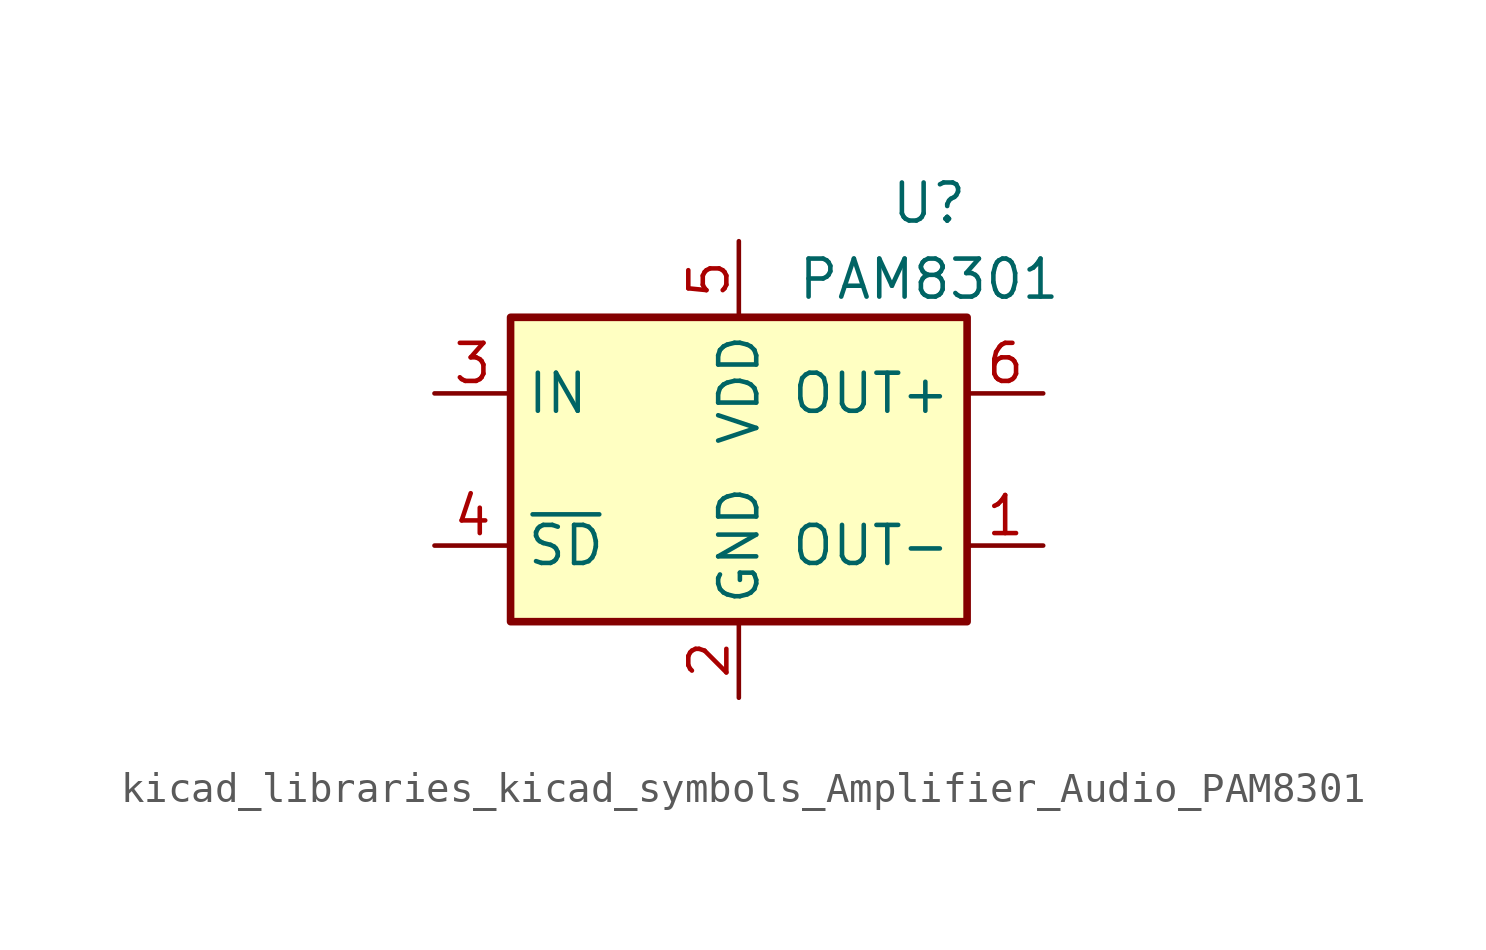
<source format=kicad_sym>
(kicad_symbol_lib
  (version 20220914)
  (generator kicad_symbol_editor)
  (symbol "kicad_libraries_kicad_symbols_Amplifier_Audio_PAM8301"
    (property "Reference" "U"
      (at 6.35 8.89 0)
      (effects (font (size 1.27 1.27))))
    (property "Value" "PAM8301"
      (at 6.35 6.35 0)
      (effects (font (size 1.27 1.27))))
    (symbol "kicad_libraries_kicad_symbols_Amplifier_Audio_PAM8301_0_1"
      (rectangle (start -7.62 5.08) (end 7.62 -5.08) (stroke (width 0.254) (type default)) (fill (type background))))
    (symbol "kicad_libraries_kicad_symbols_Amplifier_Audio_PAM8301_1_1"
      (pin output line (at 10.16 -2.54 180) (length 2.54) (name "OUT-" (effects (font (size 1.27 1.27)))) (number "1" (effects (font (size 1.27 1.27)))))
      (pin power_in line (at 0 -7.62 90) (length 2.54) (name "GND" (effects (font (size 1.27 1.27)))) (number "2" (effects (font (size 1.27 1.27)))))
      (pin input line (at -10.16 2.54 0) (length 2.54) (name "IN" (effects (font (size 1.27 1.27)))) (number "3" (effects (font (size 1.27 1.27)))))
      (pin input line (at -10.16 -2.54 0) (length 2.54) (name "~{SD}" (effects (font (size 1.27 1.27)))) (number "4" (effects (font (size 1.27 1.27)))))
      (pin power_in line (at 0 7.62 270) (length 2.54) (name "VDD" (effects (font (size 1.27 1.27)))) (number "5" (effects (font (size 1.27 1.27)))))
      (pin output line (at 10.16 2.54 180) (length 2.54) (name "OUT+" (effects (font (size 1.27 1.27)))) (number "6" (effects (font (size 1.27 1.27))))))))
</source>
